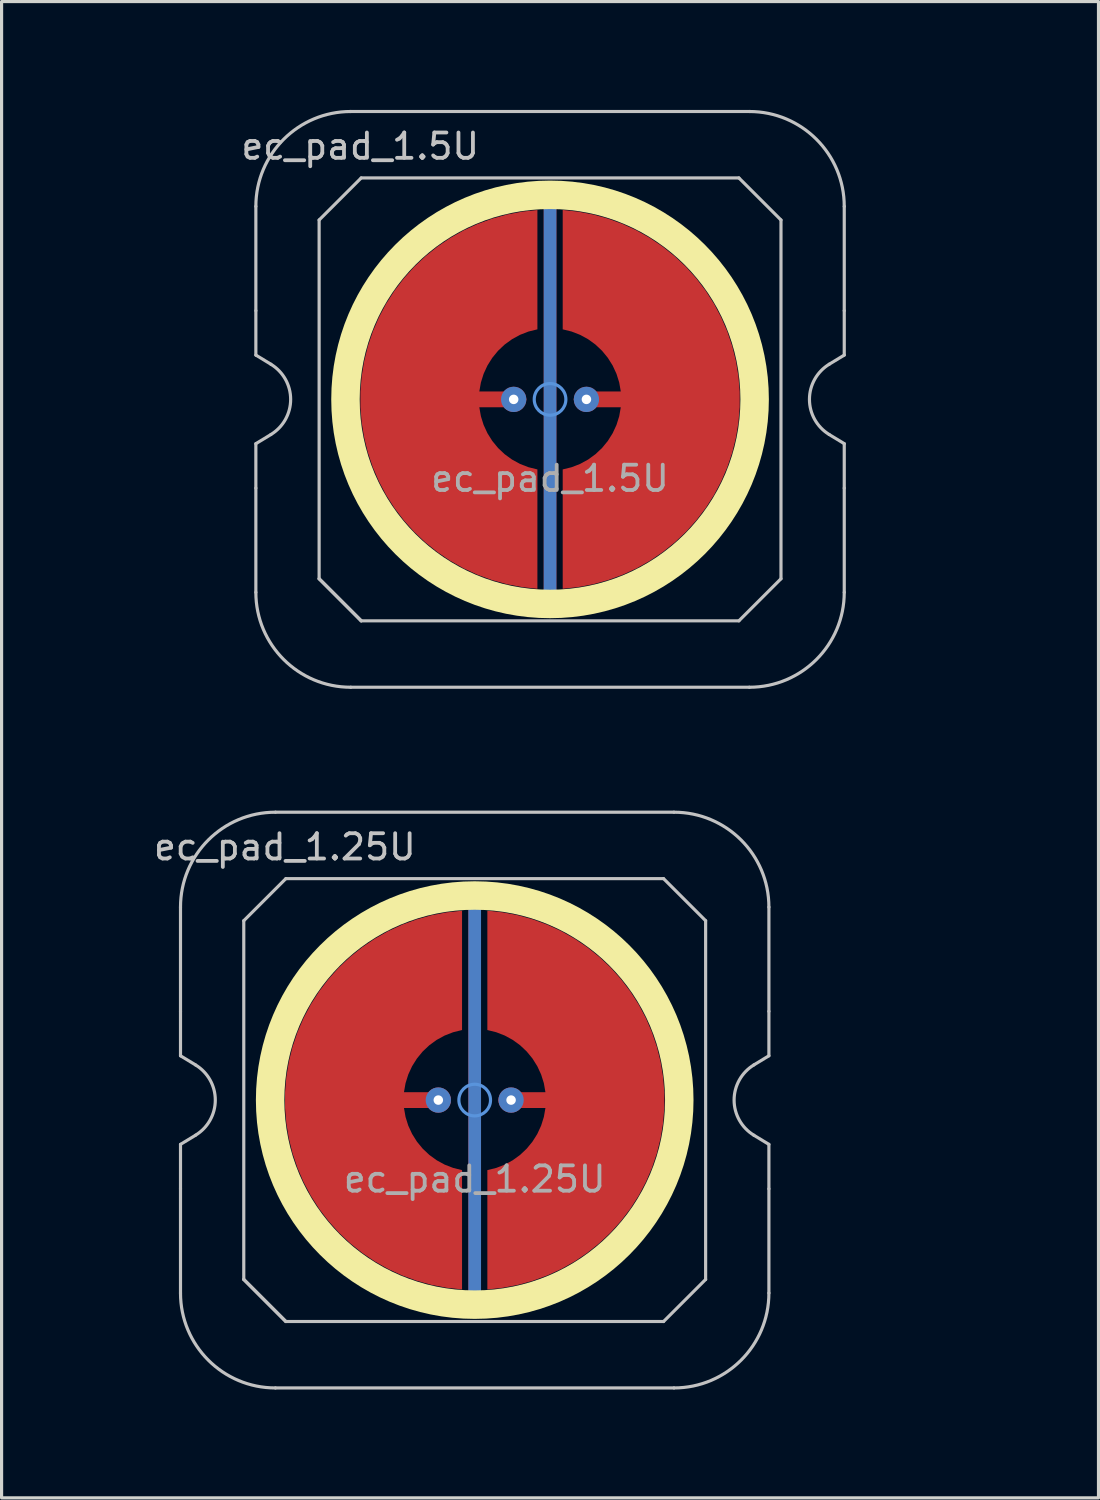
<source format=kicad_pcb>
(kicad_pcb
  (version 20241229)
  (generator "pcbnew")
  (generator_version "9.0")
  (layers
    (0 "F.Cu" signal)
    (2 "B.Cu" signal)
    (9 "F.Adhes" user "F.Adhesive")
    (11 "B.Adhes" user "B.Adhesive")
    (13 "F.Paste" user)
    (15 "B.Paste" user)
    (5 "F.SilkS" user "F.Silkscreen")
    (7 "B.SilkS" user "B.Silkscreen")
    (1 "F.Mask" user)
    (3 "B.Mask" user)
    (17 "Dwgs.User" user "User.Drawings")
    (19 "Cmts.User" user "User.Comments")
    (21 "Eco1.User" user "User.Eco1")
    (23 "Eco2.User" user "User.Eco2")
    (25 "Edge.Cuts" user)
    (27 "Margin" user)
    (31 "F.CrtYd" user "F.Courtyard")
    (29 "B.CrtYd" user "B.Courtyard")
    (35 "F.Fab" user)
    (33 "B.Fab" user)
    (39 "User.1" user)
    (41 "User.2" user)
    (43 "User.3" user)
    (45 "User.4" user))
  (footprint "ec_pad_1.5U"
    (layer "F.Cu")
    (at 14.338 9.575)
    (property "Reference" "ec_pad_1.5U" (at -6 -8 0) (layer "Dwgs.User") (effects (font (size 0.8 0.8) (thickness 0.12))))
    (attr exclude_from_pos_files exclude_from_bom)
    (fp_circle (center 0 0) (end -6.467 0) (stroke (width 0.9) (type solid)) (fill no) (layer "F.SilkS"))
    (fp_line (start -9.3 -2.805) (end -9.3 -6.1) (stroke (width 0.1) (type solid)) (layer "Dwgs.User"))
    (fp_line (start -9.3 -1.4) (end -9.3 -2.805) (stroke (width 0.1) (type solid)) (layer "Dwgs.User"))
    (fp_line (start -9.3 1.4) (end -8.824 1.111) (stroke (width 0.1) (type solid)) (layer "Dwgs.User"))
    (fp_line (start -9.3 2.805) (end -9.3 1.4) (stroke (width 0.1) (type solid)) (layer "Dwgs.User"))
    (fp_line (start -9.3 6.1) (end -9.3 2.805) (stroke (width 0.1) (type solid)) (layer "Dwgs.User"))
    (fp_line (start -8.824 -1.111) (end -9.3 -1.4) (stroke (width 0.1) (type solid)) (layer "Dwgs.User"))
    (fp_line (start -7.3 -5.67) (end -5.97 -7) (stroke (width 0.1) (type solid)) (layer "Dwgs.User"))
    (fp_line (start -7.3 5.67) (end -7.3 -5.67) (stroke (width 0.1) (type solid)) (layer "Dwgs.User"))
    (fp_line (start -7.3 5.67) (end -5.97 7) (stroke (width 0.1) (type solid)) (layer "Dwgs.User"))
    (fp_line (start -6.3 -9.1) (end 6.3 -9.1) (stroke (width 0.1) (type solid)) (layer "Dwgs.User"))
    (fp_line (start -5.97 -7) (end 5.97 -7) (stroke (width 0.1) (type solid)) (layer "Dwgs.User"))
    (fp_line (start -5.97 7) (end -7.3 5.67) (stroke (width 0.1) (type solid)) (layer "Dwgs.User"))
    (fp_line (start 5.97 -7) (end 7.3 -5.67) (stroke (width 0.1) (type solid)) (layer "Dwgs.User"))
    (fp_line (start 5.97 7) (end -5.97 7) (stroke (width 0.1) (type solid)) (layer "Dwgs.User"))
    (fp_line (start 6.3 9.1) (end -6.3 9.1) (stroke (width 0.1) (type solid)) (layer "Dwgs.User"))
    (fp_line (start 7.3 -5.67) (end 7.3 5.67) (stroke (width 0.1) (type solid)) (layer "Dwgs.User"))
    (fp_line (start 7.3 5.67) (end 5.97 7) (stroke (width 0.1) (type solid)) (layer "Dwgs.User"))
    (fp_line (start 8.824 1.111) (end 9.3 1.4) (stroke (width 0.1) (type solid)) (layer "Dwgs.User"))
    (fp_line (start 9.3 -6.1) (end 9.3 -2.805) (stroke (width 0.1) (type solid)) (layer "Dwgs.User"))
    (fp_line (start 9.3 -2.805) (end 9.3 -1.4) (stroke (width 0.1) (type solid)) (layer "Dwgs.User"))
    (fp_line (start 9.3 -1.4) (end 8.824 -1.111) (stroke (width 0.1) (type solid)) (layer "Dwgs.User"))
    (fp_line (start 9.3 1.4) (end 9.3 2.805) (stroke (width 0.1) (type solid)) (layer "Dwgs.User"))
    (fp_line (start 9.3 2.805) (end 9.3 6.1) (stroke (width 0.1) (type solid)) (layer "Dwgs.User"))
    (fp_arc (start -9.3 -6.1) (mid -8.42132 -8.22132) (end -6.3 -9.1) (stroke (width 0.1) (type solid)) (layer "Dwgs.User"))
    (fp_arc (start -8.824333 -1.110619) (mid -8.2 0) (end -8.824333 1.110619) (stroke (width 0.1) (type solid)) (layer "Dwgs.User"))
    (fp_arc (start -6.3 9.1) (mid -8.42132 8.22132) (end -9.3 6.1) (stroke (width 0.1) (type solid)) (layer "Dwgs.User"))
    (fp_arc (start 6.3 -9.1) (mid 8.42132 -8.22132) (end 9.3 -6.1) (stroke (width 0.1) (type solid)) (layer "Dwgs.User"))
    (fp_arc (start 8.824333 1.110619) (mid 8.2 0) (end 8.824333 -1.110619) (stroke (width 0.1) (type solid)) (layer "Dwgs.User"))
    (fp_arc (start 9.3 6.1) (mid 8.42132 8.22132) (end 6.3 9.1) (stroke (width 0.1) (type solid)) (layer "Dwgs.User"))
    (fp_circle (center 0 0) (end 0.5 0) (stroke (width 0.1) (type default)) (fill no) (layer "Cmts.User"))
    (fp_rect (start -14.287 -9.525) (end 14.287 9.525) (stroke (width 0.1) (type default)) (fill no) (layer "Eco2.User"))
    (fp_text user "${REFERENCE}" (at 0 2.5 180) (layer "F.Fab") (effects (font (size 0.8 0.8) (thickness 0.12))))
    (pad "1" thru_hole circle (at -1.15 0 90) (size 0.8 0.8) (drill 0.3) (layers "*.Cu"))
    (pad "1" smd custom (at -1 0) (size 0.4 0.4) (layers "F.Cu") (options (anchor circle)) (primitives (gr_poly (pts (xy 0.6 -2.214) (xy 0.32 -2.145) (xy 0.052 -2.041) (xy -0.201 -1.903) (xy -0.434 -1.734) (xy -0.644 -1.536) (xy -0.826 -1.314) (xy -0.979 -1.07) (xy -1.1 -0.808) (xy -1.186 -0.534) (xy -1.236 -0.25) (xy 0 -0.25) (xy 0.096 -0.231) (xy 0.177 -0.177) (xy 0.231 -0.096) (xy 0.25 0) (xy 0.231 0.096) (xy 0.177 0.177) (xy 0.096 0.231) (xy 0 0.25) (xy -1.236 0.25) (xy -1.186 0.534) (xy -1.1 0.808) (xy -0.979 1.07) (xy -0.826 1.314) (xy -0.644 1.536) (xy -0.434 1.734) (xy -0.201 1.903) (xy 0.052 2.041) (xy 0.32 2.145) (xy 0.6 2.214) (xy 0.6 5.987) (xy 0.115 5.934) (xy -0.364 5.843) (xy -0.834 5.713) (xy -1.292 5.545) (xy -1.735 5.341) (xy -2.159 5.101) (xy -2.563 4.827) (xy -2.943 4.522) (xy -3.298 4.187) (xy -3.623 3.824) (xy -3.919 3.436) (xy -4.182 3.025) (xy -4.41 2.594) (xy -4.603 2.147) (xy -4.759 1.684) (xy -4.876 1.211) (xy -4.955 0.73) (xy -4.995 0.244) (xy -4.995 -0.244) (xy -4.955 -0.73) (xy -4.876 -1.211) (xy -4.759 -1.684) (xy -4.603 -2.147) (xy -4.41 -2.594) (xy -4.182 -3.025) (xy -3.919 -3.436) (xy -3.623 -3.824) (xy -3.298 -4.187) (xy -2.943 -4.522) (xy -2.563 -4.827) (xy -2.159 -5.101) (xy -1.735 -5.341) (xy -1.292 -5.545) (xy -0.834 -5.713) (xy -0.364 -5.843) (xy 0.115 -5.934) (xy 0.6 -5.987)) (width 0) (fill yes))))
    (pad "2" smd custom (at 1 0 180) (size 0.4 0.4) (layers "F.Cu") (options (anchor circle)) (primitives (gr_poly (pts (xy 0.6 -2.214) (xy 0.32 -2.145) (xy 0.052 -2.041) (xy -0.201 -1.903) (xy -0.434 -1.734) (xy -0.644 -1.536) (xy -0.826 -1.314) (xy -0.979 -1.07) (xy -1.1 -0.808) (xy -1.186 -0.534) (xy -1.236 -0.25) (xy 0 -0.25) (xy 0.096 -0.231) (xy 0.177 -0.177) (xy 0.231 -0.096) (xy 0.25 0) (xy 0.231 0.096) (xy 0.177 0.177) (xy 0.096 0.231) (xy 0 0.25) (xy -1.236 0.25) (xy -1.186 0.534) (xy -1.1 0.808) (xy -0.979 1.07) (xy -0.826 1.314) (xy -0.644 1.536) (xy -0.434 1.734) (xy -0.201 1.903) (xy 0.052 2.041) (xy 0.32 2.145) (xy 0.6 2.214) (xy 0.6 5.987) (xy 0.115 5.934) (xy -0.364 5.843) (xy -0.834 5.713) (xy -1.292 5.545) (xy -1.735 5.341) (xy -2.159 5.101) (xy -2.563 4.827) (xy -2.943 4.522) (xy -3.298 4.187) (xy -3.623 3.824) (xy -3.919 3.436) (xy -4.182 3.025) (xy -4.41 2.594) (xy -4.603 2.147) (xy -4.759 1.684) (xy -4.876 1.211) (xy -4.955 0.73) (xy -4.995 0.244) (xy -4.995 -0.244) (xy -4.955 -0.73) (xy -4.876 -1.211) (xy -4.759 -1.684) (xy -4.603 -2.147) (xy -4.41 -2.594) (xy -4.182 -3.025) (xy -3.919 -3.436) (xy -3.623 -3.824) (xy -3.298 -4.187) (xy -2.943 -4.522) (xy -2.563 -4.827) (xy -2.159 -5.101) (xy -1.735 -5.341) (xy -1.292 -5.545) (xy -0.834 -5.713) (xy -0.364 -5.843) (xy 0.115 -5.934) (xy 0.6 -5.987)) (width 0) (fill yes))))
    (pad "2" thru_hole circle (at 1.15 0 90) (size 0.8 0.8) (drill 0.3) (layers "*.Cu"))
    (pad "3" smd roundrect (at 0 0) (size 0.4 12.5) (layers "B.Cu") (roundrect_rratio 0.5))
    (pad "3" smd roundrect (at 0 0) (size 0.4 12.75) (layers "F.Cu") (roundrect_rratio 0.5))
    (zone (net_name "") (layer "F.Cu") (hatch edge 0.508) (connect_pads) (min_thickness 0.254) (filled_areas_thickness no) (keepout (tracks allowed) (vias allowed) (pads allowed) (copperpour not_allowed) (footprints allowed)) (placement (enabled no)) (fill) (polygon (pts (xy 14.338 15.825) (xy 13.793 15.801) (xy 13.252 15.73) (xy 12.72 15.612) (xy 12.2 15.448) (xy 11.696 15.239) (xy 11.213 14.988) (xy 10.753 14.695) (xy 10.32 14.363) (xy 9.918 13.994) (xy 9.55 13.592) (xy 9.218 13.16) (xy 8.925 12.7) (xy 8.673 12.216) (xy 8.464 11.713) (xy 8.3 11.193) (xy 8.182 10.66) (xy 8.111 10.12) (xy 8.088 9.575) (xy 8.111 9.03) (xy 8.182 8.49) (xy 8.3 7.957) (xy 8.464 7.437) (xy 8.673 6.934) (xy 8.925 6.45) (xy 9.218 5.99) (xy 9.55 5.558) (xy 9.918 5.156) (xy 10.32 4.787) (xy 10.753 4.455) (xy 11.213 4.162) (xy 11.696 3.911) (xy 12.2 3.702) (xy 12.72 3.538) (xy 13.252 3.42) (xy 13.793 3.349) (xy 14.338 3.325) (xy 14.882 3.349) (xy 15.423 3.42) (xy 15.955 3.538) (xy 16.475 3.702) (xy 16.979 3.911) (xy 17.462 4.162) (xy 17.922 4.455) (xy 18.355 4.787) (xy 18.757 5.156) (xy 19.125 5.558) (xy 19.457 5.99) (xy 19.75 6.45) (xy 20.002 6.934) (xy 20.211 7.437) (xy 20.375 7.957) (xy 20.492 8.49) (xy 20.564 9.03) (xy 20.587 9.575) (xy 20.564 10.12) (xy 20.492 10.66) (xy 20.375 11.193) (xy 20.211 11.713) (xy 20.002 12.216) (xy 19.75 12.7) (xy 19.457 13.16) (xy 19.125 13.592) (xy 18.757 13.994) (xy 18.355 14.363) (xy 17.922 14.695) (xy 17.462 14.988) (xy 16.979 15.239) (xy 16.475 15.448) (xy 15.955 15.612) (xy 15.423 15.73) (xy 14.882 15.801))))
    (zone (net_name "") (layer "B.Cu") (hatch edge 0.1) (connect_pads) (min_thickness 0.254) (filled_areas_thickness no) (keepout (tracks allowed) (vias allowed) (pads allowed) (copperpour not_allowed) (footprints allowed)) (placement (enabled no)) (fill) (polygon (pts (xy 14.338 15.575) (xy 13.815 15.552) (xy 13.296 15.484) (xy 12.785 15.371) (xy 12.285 15.213) (xy 11.802 15.013) (xy 11.338 14.771) (xy 10.896 14.49) (xy 10.481 14.171) (xy 10.095 13.818) (xy 9.741 13.432) (xy 9.423 13.016) (xy 9.141 12.575) (xy 8.9 12.111) (xy 8.699 11.627) (xy 8.542 11.128) (xy 8.429 10.617) (xy 8.36 10.098) (xy 8.338 9.575) (xy 8.36 9.052) (xy 8.429 8.533) (xy 8.542 8.022) (xy 8.699 7.523) (xy 8.9 7.039) (xy 9.141 6.575) (xy 9.423 6.134) (xy 9.741 5.718) (xy 10.095 5.332) (xy 10.481 4.979) (xy 10.896 4.66) (xy 11.338 4.379) (xy 11.802 4.137) (xy 12.285 3.937) (xy 12.785 3.779) (xy 13.296 3.666) (xy 13.815 3.598) (xy 14.338 3.575) (xy 14.86 3.598) (xy 15.379 3.666) (xy 15.89 3.779) (xy 16.39 3.937) (xy 16.873 4.137) (xy 17.337 4.379) (xy 17.779 4.66) (xy 18.194 4.979) (xy 18.58 5.332) (xy 18.934 5.718) (xy 19.252 6.134) (xy 19.534 6.575) (xy 19.775 7.039) (xy 19.976 7.523) (xy 20.133 8.022) (xy 20.246 8.533) (xy 20.315 9.052) (xy 20.337 9.575) (xy 20.315 10.098) (xy 20.246 10.617) (xy 20.133 11.128) (xy 19.976 11.627) (xy 19.775 12.111) (xy 19.534 12.575) (xy 19.252 13.016) (xy 18.934 13.432) (xy 18.58 13.818) (xy 18.194 14.171) (xy 17.779 14.49) (xy 17.337 14.771) (xy 16.873 15.013) (xy 16.39 15.213) (xy 15.89 15.371) (xy 15.379 15.484) (xy 14.86 15.552)))))
  (footprint "ec_pad_1.25U"
    (layer "F.Cu")
    (at 11.956 31.725)
    (property "Reference" "ec_pad_1.25U" (at -6 -8 0) (layer "Dwgs.User") (effects (font (size 0.8 0.8) (thickness 0.12))))
    (attr exclude_from_pos_files exclude_from_bom)
    (fp_circle (center 0 0) (end -6.467 0) (stroke (width 0.9) (type solid)) (fill no) (layer "F.SilkS"))
    (fp_line (start -9.3 -2.805) (end -9.3 -6.1) (stroke (width 0.1) (type solid)) (layer "Dwgs.User"))
    (fp_line (start -9.3 -1.4) (end -9.3 -2.805) (stroke (width 0.1) (type solid)) (layer "Dwgs.User"))
    (fp_line (start -9.3 1.4) (end -8.824 1.111) (stroke (width 0.1) (type solid)) (layer "Dwgs.User"))
    (fp_line (start -9.3 2.805) (end -9.3 1.4) (stroke (width 0.1) (type solid)) (layer "Dwgs.User"))
    (fp_line (start -9.3 6.1) (end -9.3 2.805) (stroke (width 0.1) (type solid)) (layer "Dwgs.User"))
    (fp_line (start -8.824 -1.111) (end -9.3 -1.4) (stroke (width 0.1) (type solid)) (layer "Dwgs.User"))
    (fp_line (start -7.3 -5.67) (end -5.97 -7) (stroke (width 0.1) (type solid)) (layer "Dwgs.User"))
    (fp_line (start -7.3 5.67) (end -7.3 -5.67) (stroke (width 0.1) (type solid)) (layer "Dwgs.User"))
    (fp_line (start -7.3 5.67) (end -5.97 7) (stroke (width 0.1) (type solid)) (layer "Dwgs.User"))
    (fp_line (start -6.3 -9.1) (end 6.3 -9.1) (stroke (width 0.1) (type solid)) (layer "Dwgs.User"))
    (fp_line (start -5.97 -7) (end 5.97 -7) (stroke (width 0.1) (type solid)) (layer "Dwgs.User"))
    (fp_line (start -5.97 7) (end -7.3 5.67) (stroke (width 0.1) (type solid)) (layer "Dwgs.User"))
    (fp_line (start 5.97 -7) (end 7.3 -5.67) (stroke (width 0.1) (type solid)) (layer "Dwgs.User"))
    (fp_line (start 5.97 7) (end -5.97 7) (stroke (width 0.1) (type solid)) (layer "Dwgs.User"))
    (fp_line (start 6.3 9.1) (end -6.3 9.1) (stroke (width 0.1) (type solid)) (layer "Dwgs.User"))
    (fp_line (start 7.3 -5.67) (end 7.3 5.67) (stroke (width 0.1) (type solid)) (layer "Dwgs.User"))
    (fp_line (start 7.3 5.67) (end 5.97 7) (stroke (width 0.1) (type solid)) (layer "Dwgs.User"))
    (fp_line (start 8.824 1.111) (end 9.3 1.4) (stroke (width 0.1) (type solid)) (layer "Dwgs.User"))
    (fp_line (start 9.3 -6.1) (end 9.3 -2.805) (stroke (width 0.1) (type solid)) (layer "Dwgs.User"))
    (fp_line (start 9.3 -2.805) (end 9.3 -1.4) (stroke (width 0.1) (type solid)) (layer "Dwgs.User"))
    (fp_line (start 9.3 -1.4) (end 8.824 -1.111) (stroke (width 0.1) (type solid)) (layer "Dwgs.User"))
    (fp_line (start 9.3 1.4) (end 9.3 2.805) (stroke (width 0.1) (type solid)) (layer "Dwgs.User"))
    (fp_line (start 9.3 2.805) (end 9.3 6.1) (stroke (width 0.1) (type solid)) (layer "Dwgs.User"))
    (fp_arc (start -9.3 -6.1) (mid -8.42132 -8.22132) (end -6.3 -9.1) (stroke (width 0.1) (type solid)) (layer "Dwgs.User"))
    (fp_arc (start -8.824333 -1.110619) (mid -8.2 0) (end -8.824333 1.110619) (stroke (width 0.1) (type solid)) (layer "Dwgs.User"))
    (fp_arc (start -6.3 9.1) (mid -8.42132 8.22132) (end -9.3 6.1) (stroke (width 0.1) (type solid)) (layer "Dwgs.User"))
    (fp_arc (start 6.3 -9.1) (mid 8.42132 -8.22132) (end 9.3 -6.1) (stroke (width 0.1) (type solid)) (layer "Dwgs.User"))
    (fp_arc (start 8.824333 1.110619) (mid 8.2 0) (end 8.824333 -1.110619) (stroke (width 0.1) (type solid)) (layer "Dwgs.User"))
    (fp_arc (start 9.3 6.1) (mid 8.42132 8.22132) (end 6.3 9.1) (stroke (width 0.1) (type solid)) (layer "Dwgs.User"))
    (fp_circle (center 0 0) (end 0.5 0) (stroke (width 0.1) (type default)) (fill no) (layer "Cmts.User"))
    (fp_rect (start -11.906 -9.525) (end 11.906 9.525) (stroke (width 0.1) (type default)) (fill no) (layer "Eco2.User"))
    (fp_text user "${REFERENCE}" (at 0 2.5 180) (layer "F.Fab") (effects (font (size 0.8 0.8) (thickness 0.12))))
    (pad "1" thru_hole circle (at -1.15 0 90) (size 0.8 0.8) (drill 0.3) (layers "*.Cu"))
    (pad "1" smd custom (at -1 0) (size 0.4 0.4) (layers "F.Cu") (options (anchor circle)) (primitives (gr_poly (pts (xy 0.6 -2.214) (xy 0.32 -2.145) (xy 0.052 -2.041) (xy -0.201 -1.903) (xy -0.434 -1.734) (xy -0.644 -1.536) (xy -0.826 -1.314) (xy -0.979 -1.07) (xy -1.1 -0.808) (xy -1.186 -0.534) (xy -1.236 -0.25) (xy 0 -0.25) (xy 0.096 -0.231) (xy 0.177 -0.177) (xy 0.231 -0.096) (xy 0.25 0) (xy 0.231 0.096) (xy 0.177 0.177) (xy 0.096 0.231) (xy 0 0.25) (xy -1.236 0.25) (xy -1.186 0.534) (xy -1.1 0.808) (xy -0.979 1.07) (xy -0.826 1.314) (xy -0.644 1.536) (xy -0.434 1.734) (xy -0.201 1.903) (xy 0.052 2.041) (xy 0.32 2.145) (xy 0.6 2.214) (xy 0.6 5.987) (xy 0.115 5.934) (xy -0.364 5.843) (xy -0.834 5.713) (xy -1.292 5.545) (xy -1.735 5.341) (xy -2.159 5.101) (xy -2.563 4.827) (xy -2.943 4.522) (xy -3.298 4.187) (xy -3.623 3.824) (xy -3.919 3.436) (xy -4.182 3.025) (xy -4.41 2.594) (xy -4.603 2.147) (xy -4.759 1.684) (xy -4.876 1.211) (xy -4.955 0.73) (xy -4.995 0.244) (xy -4.995 -0.244) (xy -4.955 -0.73) (xy -4.876 -1.211) (xy -4.759 -1.684) (xy -4.603 -2.147) (xy -4.41 -2.594) (xy -4.182 -3.025) (xy -3.919 -3.436) (xy -3.623 -3.824) (xy -3.298 -4.187) (xy -2.943 -4.522) (xy -2.563 -4.827) (xy -2.159 -5.101) (xy -1.735 -5.341) (xy -1.292 -5.545) (xy -0.834 -5.713) (xy -0.364 -5.843) (xy 0.115 -5.934) (xy 0.6 -5.987)) (width 0) (fill yes))))
    (pad "2" smd custom (at 1 0 180) (size 0.4 0.4) (layers "F.Cu") (options (anchor circle)) (primitives (gr_poly (pts (xy 0.6 -2.214) (xy 0.32 -2.145) (xy 0.052 -2.041) (xy -0.201 -1.903) (xy -0.434 -1.734) (xy -0.644 -1.536) (xy -0.826 -1.314) (xy -0.979 -1.07) (xy -1.1 -0.808) (xy -1.186 -0.534) (xy -1.236 -0.25) (xy 0 -0.25) (xy 0.096 -0.231) (xy 0.177 -0.177) (xy 0.231 -0.096) (xy 0.25 0) (xy 0.231 0.096) (xy 0.177 0.177) (xy 0.096 0.231) (xy 0 0.25) (xy -1.236 0.25) (xy -1.186 0.534) (xy -1.1 0.808) (xy -0.979 1.07) (xy -0.826 1.314) (xy -0.644 1.536) (xy -0.434 1.734) (xy -0.201 1.903) (xy 0.052 2.041) (xy 0.32 2.145) (xy 0.6 2.214) (xy 0.6 5.987) (xy 0.115 5.934) (xy -0.364 5.843) (xy -0.834 5.713) (xy -1.292 5.545) (xy -1.735 5.341) (xy -2.159 5.101) (xy -2.563 4.827) (xy -2.943 4.522) (xy -3.298 4.187) (xy -3.623 3.824) (xy -3.919 3.436) (xy -4.182 3.025) (xy -4.41 2.594) (xy -4.603 2.147) (xy -4.759 1.684) (xy -4.876 1.211) (xy -4.955 0.73) (xy -4.995 0.244) (xy -4.995 -0.244) (xy -4.955 -0.73) (xy -4.876 -1.211) (xy -4.759 -1.684) (xy -4.603 -2.147) (xy -4.41 -2.594) (xy -4.182 -3.025) (xy -3.919 -3.436) (xy -3.623 -3.824) (xy -3.298 -4.187) (xy -2.943 -4.522) (xy -2.563 -4.827) (xy -2.159 -5.101) (xy -1.735 -5.341) (xy -1.292 -5.545) (xy -0.834 -5.713) (xy -0.364 -5.843) (xy 0.115 -5.934) (xy 0.6 -5.987)) (width 0) (fill yes))))
    (pad "2" thru_hole circle (at 1.15 0 90) (size 0.8 0.8) (drill 0.3) (layers "*.Cu"))
    (pad "3" smd roundrect (at 0 0) (size 0.4 12.5) (layers "B.Cu") (roundrect_rratio 0.5))
    (pad "3" smd roundrect (at 0 0) (size 0.4 12.75) (layers "F.Cu") (roundrect_rratio 0.5))
    (zone (net_name "") (layer "F.Cu") (hatch edge 0.508) (connect_pads) (min_thickness 0.254) (filled_areas_thickness no) (keepout (tracks allowed) (vias allowed) (pads allowed) (copperpour not_allowed) (footprints allowed)) (placement (enabled no)) (fill) (polygon (pts (xy 11.956 37.975) (xy 11.412 37.951) (xy 10.871 37.88) (xy 10.339 37.762) (xy 9.819 37.598) (xy 9.315 37.389) (xy 8.831 37.138) (xy 8.371 36.845) (xy 7.939 36.513) (xy 7.537 36.144) (xy 7.168 35.742) (xy 6.837 35.31) (xy 6.544 34.85) (xy 6.292 34.366) (xy 6.083 33.863) (xy 5.919 33.343) (xy 5.801 32.81) (xy 5.73 32.27) (xy 5.706 31.725) (xy 5.73 31.18) (xy 5.801 30.64) (xy 5.919 30.107) (xy 6.083 29.587) (xy 6.292 29.084) (xy 6.544 28.6) (xy 6.837 28.14) (xy 7.168 27.708) (xy 7.537 27.306) (xy 7.939 26.937) (xy 8.371 26.605) (xy 8.831 26.312) (xy 9.315 26.061) (xy 9.819 25.852) (xy 10.339 25.688) (xy 10.871 25.57) (xy 11.412 25.499) (xy 11.956 25.475) (xy 12.501 25.499) (xy 13.042 25.57) (xy 13.574 25.688) (xy 14.094 25.852) (xy 14.598 26.061) (xy 15.081 26.312) (xy 15.541 26.605) (xy 15.974 26.937) (xy 16.376 27.306) (xy 16.744 27.708) (xy 17.076 28.14) (xy 17.369 28.6) (xy 17.621 29.084) (xy 17.829 29.587) (xy 17.993 30.107) (xy 18.111 30.64) (xy 18.182 31.18) (xy 18.206 31.725) (xy 18.182 32.27) (xy 18.111 32.81) (xy 17.993 33.343) (xy 17.829 33.863) (xy 17.621 34.366) (xy 17.369 34.85) (xy 17.076 35.31) (xy 16.744 35.742) (xy 16.376 36.144) (xy 15.974 36.513) (xy 15.541 36.845) (xy 15.081 37.138) (xy 14.598 37.389) (xy 14.094 37.598) (xy 13.574 37.762) (xy 13.042 37.88) (xy 12.501 37.951))))
    (zone (net_name "") (layer "B.Cu") (hatch edge 0.1) (connect_pads) (min_thickness 0.254) (filled_areas_thickness no) (keepout (tracks allowed) (vias allowed) (pads allowed) (copperpour not_allowed) (footprints allowed)) (placement (enabled no)) (fill) (polygon (pts (xy 11.956 37.725) (xy 11.433 37.702) (xy 10.914 37.634) (xy 10.403 37.521) (xy 9.904 37.363) (xy 9.421 37.163) (xy 8.956 36.921) (xy 8.515 36.64) (xy 8.1 36.321) (xy 7.714 35.968) (xy 7.36 35.582) (xy 7.041 35.166) (xy 6.76 34.725) (xy 6.518 34.261) (xy 6.318 33.777) (xy 6.161 33.278) (xy 6.047 32.767) (xy 5.979 32.248) (xy 5.956 31.725) (xy 5.979 31.202) (xy 6.047 30.683) (xy 6.161 30.172) (xy 6.318 29.673) (xy 6.518 29.189) (xy 6.76 28.725) (xy 7.041 28.284) (xy 7.36 27.868) (xy 7.714 27.482) (xy 8.1 27.129) (xy 8.515 26.81) (xy 8.956 26.529) (xy 9.421 26.287) (xy 9.904 26.087) (xy 10.403 25.929) (xy 10.914 25.816) (xy 11.433 25.748) (xy 11.956 25.725) (xy 12.479 25.748) (xy 12.998 25.816) (xy 13.509 25.929) (xy 14.008 26.087) (xy 14.492 26.287) (xy 14.956 26.529) (xy 15.398 26.81) (xy 15.813 27.129) (xy 16.199 27.482) (xy 16.553 27.868) (xy 16.871 28.284) (xy 17.152 28.725) (xy 17.394 29.189) (xy 17.594 29.673) (xy 17.752 30.172) (xy 17.865 30.683) (xy 17.933 31.202) (xy 17.956 31.725) (xy 17.933 32.248) (xy 17.865 32.767) (xy 17.752 33.278) (xy 17.594 33.777) (xy 17.394 34.261) (xy 17.152 34.725) (xy 16.871 35.166) (xy 16.553 35.582) (xy 16.199 35.968) (xy 15.813 36.321) (xy 15.398 36.64) (xy 14.956 36.921) (xy 14.492 37.163) (xy 14.008 37.363) (xy 13.509 37.521) (xy 12.998 37.634) (xy 12.479 37.702)))))
  (gr_rect
    (start -3 -3)
    (end 31.675 44.3)
    (stroke (width 0.1) (type default))
    (fill no)
    (layer "Edge.Cuts")))
</source>
